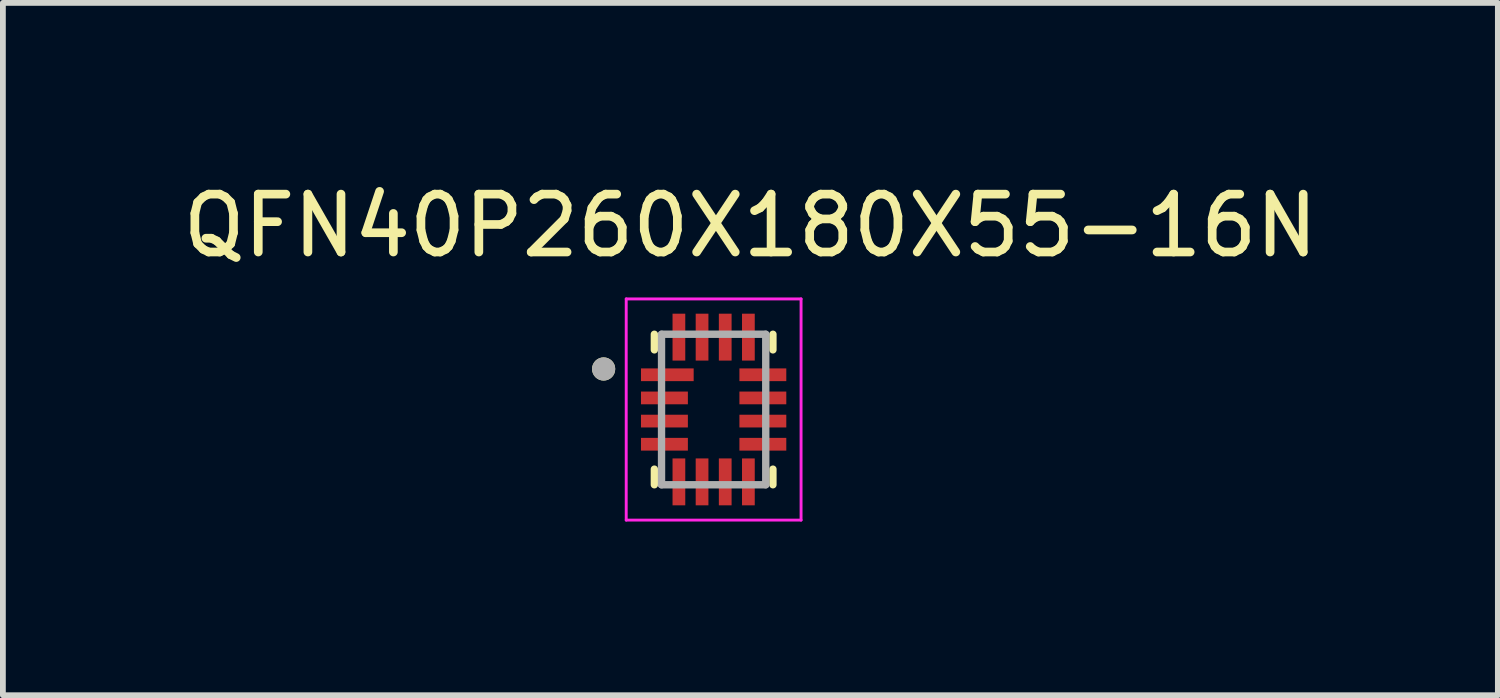
<source format=kicad_pcb>
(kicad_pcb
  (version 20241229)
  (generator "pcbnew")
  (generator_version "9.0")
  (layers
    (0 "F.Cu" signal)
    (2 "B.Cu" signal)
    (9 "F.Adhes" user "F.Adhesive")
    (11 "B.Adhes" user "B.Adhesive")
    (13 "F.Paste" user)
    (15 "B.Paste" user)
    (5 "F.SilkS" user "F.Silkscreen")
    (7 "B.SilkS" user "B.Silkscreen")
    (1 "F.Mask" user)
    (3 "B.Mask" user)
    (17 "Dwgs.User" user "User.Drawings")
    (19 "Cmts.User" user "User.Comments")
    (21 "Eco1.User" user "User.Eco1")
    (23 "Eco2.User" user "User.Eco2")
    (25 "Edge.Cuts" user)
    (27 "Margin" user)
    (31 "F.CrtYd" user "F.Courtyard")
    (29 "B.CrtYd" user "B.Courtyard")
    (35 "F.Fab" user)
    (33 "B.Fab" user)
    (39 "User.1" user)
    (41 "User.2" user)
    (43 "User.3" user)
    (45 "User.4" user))
  (footprint "QFN40P260X180X55-16N"
    (layer "F.Cu")
    (at 9.276 4.023)
    (property "Reference" "QFN40P260X180X55-16N" (at 0.635 -3.175 0) (layer "F.SilkS") (effects (font (size 1 1) (thickness 0.15))))
    (attr smd)
    (fp_line (start -1.024 -1.3) (end -1.024 -1.03) (stroke (width 0.127) (type solid)) (layer "F.SilkS"))
    (fp_line (start -1.024 1.3) (end -1.024 1.03) (stroke (width 0.127) (type solid)) (layer "F.SilkS"))
    (fp_line (start 1.024 -1.3) (end 1.024 -1.03) (stroke (width 0.127) (type solid)) (layer "F.SilkS"))
    (fp_line (start 1.024 1.3) (end 1.024 1.03) (stroke (width 0.127) (type solid)) (layer "F.SilkS"))
    (fp_circle (center -1.9 -0.7) (end -1.8 -0.7) (stroke (width 0.2) (type solid)) (fill no) (layer "F.SilkS"))
    (fp_line (start -1.51 -1.91) (end 1.51 -1.91) (stroke (width 0.05) (type solid)) (layer "F.CrtYd"))
    (fp_line (start -1.51 1.91) (end -1.51 -1.91) (stroke (width 0.05) (type solid)) (layer "F.CrtYd"))
    (fp_line (start 1.51 -1.91) (end 1.51 1.91) (stroke (width 0.05) (type solid)) (layer "F.CrtYd"))
    (fp_line (start 1.51 1.91) (end -1.51 1.91) (stroke (width 0.05) (type solid)) (layer "F.CrtYd"))
    (fp_line (start -0.9 -1.3) (end 0.9 -1.3) (stroke (width 0.127) (type solid)) (layer "F.Fab"))
    (fp_line (start -0.9 1.3) (end -0.9 -1.3) (stroke (width 0.127) (type solid)) (layer "F.Fab"))
    (fp_line (start 0.9 -1.3) (end 0.9 1.3) (stroke (width 0.127) (type solid)) (layer "F.Fab"))
    (fp_line (start 0.9 1.3) (end -0.9 1.3) (stroke (width 0.127) (type solid)) (layer "F.Fab"))
    (fp_circle (center -1.9 -0.7) (end -1.8 -0.7) (stroke (width 0.2) (type solid)) (fill no) (layer "F.Fab"))
    (pad "1" smd rect (at -0.8 -0.6) (size 0.91 0.22) (layers "F.Cu" "F.Mask" "F.Paste"))
    (pad "2" smd rect (at -0.85 -0.2) (size 0.81 0.22) (layers "F.Cu" "F.Mask" "F.Paste"))
    (pad "3" smd rect (at -0.85 0.2) (size 0.81 0.22) (layers "F.Cu" "F.Mask" "F.Paste"))
    (pad "4" smd rect (at -0.85 0.6) (size 0.81 0.22) (layers "F.Cu" "F.Mask" "F.Paste"))
    (pad "5" smd rect (at -0.6 1.25) (size 0.22 0.81) (layers "F.Cu" "F.Mask" "F.Paste"))
    (pad "6" smd rect (at -0.2 1.25) (size 0.22 0.81) (layers "F.Cu" "F.Mask" "F.Paste"))
    (pad "7" smd rect (at 0.2 1.25) (size 0.22 0.81) (layers "F.Cu" "F.Mask" "F.Paste"))
    (pad "8" smd rect (at 0.6 1.25) (size 0.22 0.81) (layers "F.Cu" "F.Mask" "F.Paste"))
    (pad "9" smd rect (at 0.85 0.6) (size 0.81 0.22) (layers "F.Cu" "F.Mask" "F.Paste"))
    (pad "10" smd rect (at 0.85 0.2) (size 0.81 0.22) (layers "F.Cu" "F.Mask" "F.Paste"))
    (pad "11" smd rect (at 0.85 -0.2) (size 0.81 0.22) (layers "F.Cu" "F.Mask" "F.Paste"))
    (pad "12" smd rect (at 0.85 -0.6) (size 0.81 0.22) (layers "F.Cu" "F.Mask" "F.Paste"))
    (pad "13" smd rect (at 0.6 -1.25) (size 0.22 0.81) (layers "F.Cu" "F.Mask" "F.Paste"))
    (pad "14" smd rect (at 0.2 -1.25) (size 0.22 0.81) (layers "F.Cu" "F.Mask" "F.Paste"))
    (pad "15" smd rect (at -0.2 -1.25) (size 0.22 0.81) (layers "F.Cu" "F.Mask" "F.Paste"))
    (pad "16" smd rect (at -0.6 -1.25) (size 0.22 0.81) (layers "F.Cu" "F.Mask" "F.Paste")))
  (gr_rect
    (start -3 -3)
    (end 22.821 8.958)
    (stroke (width 0.1) (type default))
    (fill no)
    (layer "Edge.Cuts")))
</source>
